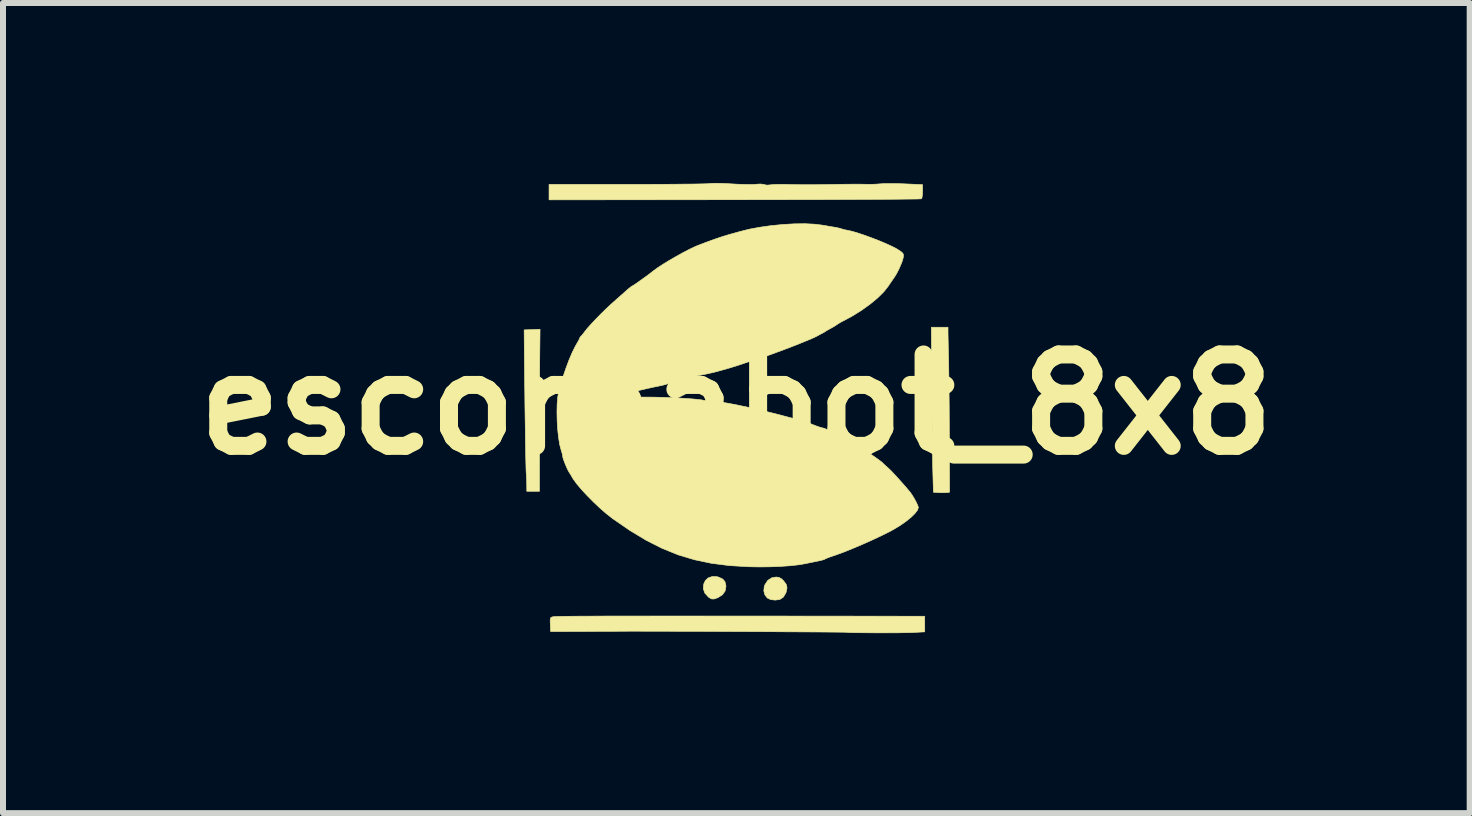
<source format=kicad_pcb>
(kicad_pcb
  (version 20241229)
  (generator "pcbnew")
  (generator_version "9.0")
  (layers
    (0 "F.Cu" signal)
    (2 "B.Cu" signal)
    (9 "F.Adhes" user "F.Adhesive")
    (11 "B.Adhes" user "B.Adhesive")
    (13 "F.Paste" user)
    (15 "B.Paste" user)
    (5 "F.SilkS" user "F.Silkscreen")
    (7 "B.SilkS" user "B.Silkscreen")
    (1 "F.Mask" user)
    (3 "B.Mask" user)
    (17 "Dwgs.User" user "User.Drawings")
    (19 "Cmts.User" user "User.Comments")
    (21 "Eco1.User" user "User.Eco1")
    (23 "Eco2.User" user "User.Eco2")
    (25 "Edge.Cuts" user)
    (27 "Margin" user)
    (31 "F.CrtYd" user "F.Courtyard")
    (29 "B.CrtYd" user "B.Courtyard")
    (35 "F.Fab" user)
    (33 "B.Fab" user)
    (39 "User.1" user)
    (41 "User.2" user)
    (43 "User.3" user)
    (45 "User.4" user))
  (footprint "escornabot_8x8"
    (layer "F.Cu")
    (at 9.224 3.693)
    (property "Reference" "escornabot_8x8" (at 0 0 0) (layer "F.SilkS") (effects (font (size 1.524 1.524) (thickness 0.3))))
    (attr through_hole)
    (fp_poly (pts (xy 0.712 2.882) (xy 0.754 2.906) (xy 0.787 2.938) (xy 0.831 2.997) (xy 0.845 3.055) (xy 0.831 3.124) (xy 0.822 3.147) (xy 0.782 3.212) (xy 0.725 3.249) (xy 0.648 3.26) (xy 0.571 3.251) (xy 0.515 3.224) (xy 0.476 3.173) (xy 0.458 3.107) (xy 0.465 3.035) (xy 0.476 3.004) (xy 0.524 2.931) (xy 0.591 2.888) (xy 0.663 2.875) (xy 0.712 2.882)) (stroke (width 0.01) (type solid)) (fill yes) (layer "F.SilkS"))
    (fp_poly (pts (xy -0.326 2.869) (xy -0.298 2.876) (xy -0.23 2.907) (xy -0.191 2.95) (xy -0.175 3.012) (xy -0.173 3.031) (xy -0.187 3.108) (xy -0.232 3.171) (xy -0.308 3.219) (xy -0.313 3.221) (xy -0.369 3.241) (xy -0.41 3.241) (xy -0.451 3.22) (xy -0.465 3.209) (xy -0.525 3.144) (xy -0.551 3.07) (xy -0.544 2.992) (xy -0.516 2.933) (xy -0.469 2.89) (xy -0.402 2.867) (xy -0.326 2.869)) (stroke (width 0.01) (type solid)) (fill yes) (layer "F.SilkS"))
    (fp_poly (pts (xy -3.276 -0.913) (xy -3.277 -0.83) (xy -3.278 -0.716) (xy -3.279 -0.577) (xy -3.279 -0.416) (xy -3.28 -0.238) (xy -3.281 -0.049) (xy -3.281 0.147) (xy -3.281 0.346) (xy -3.281 0.437) (xy -3.282 1.446) (xy -3.493 1.446) (xy -3.494 1.319) (xy -3.496 1.248) (xy -3.499 1.186) (xy -3.502 1.147) (xy -3.502 1.147) (xy -3.504 1.119) (xy -3.506 1.06) (xy -3.508 0.972) (xy -3.511 0.858) (xy -3.513 0.722) (xy -3.516 0.566) (xy -3.518 0.394) (xy -3.521 0.209) (xy -3.524 0.015) (xy -3.526 -0.186) (xy -3.529 -0.39) (xy -3.531 -0.595) (xy -3.533 -0.794) (xy -3.537 -1.244) (xy -3.404 -1.249) (xy -3.272 -1.254) (xy -3.276 -0.913)) (stroke (width 0.01) (type solid)) (fill yes) (layer "F.SilkS"))
    (fp_poly (pts (xy 3.528 -1.23) (xy 3.528 -1.197) (xy 3.529 -1.134) (xy 3.531 -1.047) (xy 3.533 -0.942) (xy 3.536 -0.824) (xy 3.538 -0.741) (xy 3.54 -0.632) (xy 3.542 -0.495) (xy 3.544 -0.333) (xy 3.546 -0.154) (xy 3.548 0.036) (xy 3.549 0.233) (xy 3.55 0.429) (xy 3.551 0.576) (xy 3.554 1.461) (xy 3.51 1.467) (xy 3.466 1.469) (xy 3.406 1.469) (xy 3.375 1.468) (xy 3.285 1.462) (xy 3.274 1.071) (xy 3.272 0.976) (xy 3.27 0.851) (xy 3.267 0.701) (xy 3.265 0.531) (xy 3.263 0.346) (xy 3.261 0.151) (xy 3.259 -0.049) (xy 3.257 -0.249) (xy 3.257 -0.304) (xy 3.25 -1.288) (xy 3.528 -1.288) (xy 3.528 -1.23)) (stroke (width 0.01) (type solid)) (fill yes) (layer "F.SilkS"))
    (fp_poly (pts (xy -0.251 -3.687) (xy -0.151 -3.682) (xy -0.079 -3.678) (xy 0.029 -3.672) (xy 0.134 -3.669) (xy 0.226 -3.668) (xy 0.297 -3.669) (xy 0.326 -3.671) (xy 0.396 -3.676) (xy 0.448 -3.671) (xy 0.465 -3.666) (xy 0.507 -3.657) (xy 0.562 -3.661) (xy 0.604 -3.666) (xy 0.672 -3.669) (xy 0.757 -3.67) (xy 0.85 -3.669) (xy 0.855 -3.668) (xy 0.94 -3.666) (xy 1.019 -3.665) (xy 1.098 -3.664) (xy 1.182 -3.664) (xy 1.277 -3.664) (xy 1.389 -3.665) (xy 1.524 -3.667) (xy 1.687 -3.67) (xy 1.737 -3.671) (xy 1.85 -3.672) (xy 1.958 -3.673) (xy 2.053 -3.673) (xy 2.127 -3.672) (xy 2.17 -3.671) (xy 2.24 -3.67) (xy 2.325 -3.673) (xy 2.392 -3.678) (xy 2.455 -3.682) (xy 2.542 -3.683) (xy 2.646 -3.683) (xy 2.756 -3.68) (xy 2.811 -3.678) (xy 3.104 -3.665) (xy 3.104 -3.553) (xy 3.101 -3.488) (xy 3.093 -3.443) (xy 3.084 -3.429) (xy 3.064 -3.428) (xy 3.011 -3.426) (xy 2.927 -3.425) (xy 2.812 -3.424) (xy 2.669 -3.422) (xy 2.5 -3.421) (xy 2.307 -3.42) (xy 2.091 -3.419) (xy 1.854 -3.418) (xy 1.598 -3.417) (xy 1.324 -3.416) (xy 1.035 -3.416) (xy 0.733 -3.415) (xy 0.419 -3.415) (xy 0.094 -3.414) (xy -0.029 -3.414) (xy -3.122 -3.412) (xy -3.122 -3.669) (xy -1.812 -3.669) (xy -1.599 -3.669) (xy -1.395 -3.67) (xy -1.203 -3.671) (xy -1.026 -3.672) (xy -0.866 -3.674) (xy -0.728 -3.675) (xy -0.613 -3.677) (xy -0.525 -3.679) (xy -0.467 -3.681) (xy -0.441 -3.684) (xy -0.403 -3.687) (xy -0.337 -3.688) (xy -0.251 -3.687)) (stroke (width 0.01) (type solid)) (fill yes) (layer "F.SilkS"))
    (fp_poly (pts (xy -0.713 3.525) (xy -0.375 3.526) (xy -0.008 3.526) (xy 0.389 3.526) (xy 0.819 3.526) (xy 1.281 3.527) (xy 1.777 3.527) (xy 1.812 3.527) (xy 3.14 3.529) (xy 3.14 3.789) (xy 2.941 3.8) (xy 2.884 3.802) (xy 2.803 3.803) (xy 2.704 3.805) (xy 2.592 3.805) (xy 2.472 3.806) (xy 2.349 3.806) (xy 2.229 3.805) (xy 2.117 3.804) (xy 2.017 3.803) (xy 1.936 3.802) (xy 1.877 3.8) (xy 1.848 3.798) (xy 1.845 3.797) (xy 1.827 3.796) (xy 1.776 3.795) (xy 1.696 3.794) (xy 1.589 3.793) (xy 1.458 3.792) (xy 1.306 3.791) (xy 1.134 3.79) (xy 0.947 3.789) (xy 0.747 3.788) (xy 0.537 3.786) (xy 0.32 3.785) (xy 0.097 3.784) (xy -0.127 3.783) (xy -0.351 3.782) (xy -0.57 3.781) (xy -0.784 3.781) (xy -0.988 3.78) (xy -1.18 3.779) (xy -1.357 3.779) (xy -1.517 3.779) (xy -1.656 3.778) (xy -1.772 3.778) (xy -1.863 3.779) (xy -1.914 3.779) (xy -2.029 3.78) (xy -2.169 3.781) (xy -2.323 3.781) (xy -2.479 3.782) (xy -2.627 3.783) (xy -2.663 3.783) (xy -3.096 3.784) (xy -3.101 3.666) (xy -3.103 3.603) (xy -3.1 3.567) (xy -3.09 3.549) (xy -3.069 3.541) (xy -3.057 3.538) (xy -3.044 3.536) (xy -3.022 3.535) (xy -2.989 3.533) (xy -2.943 3.532) (xy -2.884 3.531) (xy -2.81 3.53) (xy -2.721 3.529) (xy -2.615 3.528) (xy -2.491 3.528) (xy -2.348 3.527) (xy -2.184 3.526) (xy -1.999 3.526) (xy -1.792 3.526) (xy -1.56 3.526) (xy -1.304 3.525) (xy -1.022 3.525) (xy -0.713 3.525)) (stroke (width 0.01) (type solid)) (fill yes) (layer "F.SilkS"))
    (fp_poly (pts (xy 1.306 -3.006) (xy 1.429 -2.991) (xy 1.51 -2.977) (xy 1.584 -2.964) (xy 1.641 -2.955) (xy 1.658 -2.952) (xy 1.711 -2.941) (xy 1.754 -2.928) (xy 1.755 -2.928) (xy 1.797 -2.915) (xy 1.85 -2.905) (xy 1.852 -2.904) (xy 1.919 -2.89) (xy 2.01 -2.864) (xy 2.118 -2.828) (xy 2.235 -2.786) (xy 2.355 -2.74) (xy 2.469 -2.693) (xy 2.571 -2.647) (xy 2.652 -2.607) (xy 2.69 -2.585) (xy 2.743 -2.55) (xy 2.773 -2.524) (xy 2.785 -2.5) (xy 2.784 -2.47) (xy 2.783 -2.455) (xy 2.769 -2.4) (xy 2.741 -2.328) (xy 2.706 -2.249) (xy 2.667 -2.175) (xy 2.631 -2.117) (xy 2.631 -2.117) (xy 2.604 -2.079) (xy 2.566 -2.024) (xy 2.53 -1.97) (xy 2.457 -1.878) (xy 2.356 -1.778) (xy 2.234 -1.677) (xy 2.096 -1.577) (xy 1.949 -1.484) (xy 1.808 -1.407) (xy 1.749 -1.377) (xy 1.701 -1.349) (xy 1.676 -1.332) (xy 1.645 -1.311) (xy 1.597 -1.283) (xy 1.57 -1.268) (xy 1.523 -1.242) (xy 1.49 -1.223) (xy 1.482 -1.217) (xy 1.461 -1.203) (xy 1.429 -1.186) (xy 1.386 -1.164) (xy 1.358 -1.148) (xy 1.315 -1.126) (xy 1.245 -1.094) (xy 1.152 -1.056) (xy 1.042 -1.011) (xy 0.922 -0.964) (xy 0.796 -0.916) (xy 0.669 -0.869) (xy 0.549 -0.825) (xy 0.439 -0.787) (xy 0.346 -0.756) (xy 0.3 -0.742) (xy 0.233 -0.722) (xy 0.158 -0.697) (xy 0.132 -0.688) (xy 0.015 -0.649) (xy -0.115 -0.609) (xy -0.248 -0.571) (xy -0.375 -0.537) (xy -0.485 -0.512) (xy -0.538 -0.501) (xy -0.629 -0.483) (xy -0.725 -0.46) (xy -0.808 -0.436) (xy -0.82 -0.432) (xy -0.899 -0.408) (xy -0.981 -0.385) (xy -1.041 -0.37) (xy -1.104 -0.355) (xy -1.159 -0.341) (xy -1.182 -0.334) (xy -1.231 -0.321) (xy -1.287 -0.309) (xy -1.288 -0.309) (xy -1.326 -0.301) (xy -1.391 -0.288) (xy -1.475 -0.269) (xy -1.571 -0.247) (xy -1.627 -0.234) (xy -1.745 -0.206) (xy -1.831 -0.183) (xy -1.884 -0.165) (xy -1.904 -0.15) (xy -1.891 -0.14) (xy -1.844 -0.132) (xy -1.762 -0.128) (xy -1.647 -0.125) (xy -1.539 -0.124) (xy -1.379 -0.123) (xy -1.218 -0.119) (xy -1.061 -0.113) (xy -0.913 -0.106) (xy -0.781 -0.097) (xy -0.67 -0.088) (xy -0.584 -0.078) (xy -0.547 -0.071) (xy -0.476 -0.06) (xy -0.4 -0.054) (xy -0.383 -0.054) (xy -0.316 -0.049) (xy -0.22 -0.035) (xy -0.098 -0.014) (xy 0.043 0.014) (xy 0.2 0.047) (xy 0.369 0.085) (xy 0.545 0.128) (xy 0.722 0.172) (xy 0.785 0.189) (xy 0.876 0.213) (xy 0.961 0.235) (xy 1.03 0.253) (xy 1.074 0.264) (xy 1.078 0.265) (xy 1.125 0.28) (xy 1.192 0.303) (xy 1.265 0.331) (xy 1.275 0.335) (xy 1.34 0.36) (xy 1.393 0.378) (xy 1.426 0.388) (xy 1.431 0.388) (xy 1.459 0.395) (xy 1.508 0.414) (xy 1.568 0.44) (xy 1.627 0.468) (xy 1.645 0.478) (xy 1.674 0.493) (xy 1.709 0.511) (xy 1.756 0.535) (xy 1.825 0.57) (xy 1.848 0.582) (xy 1.904 0.612) (xy 1.977 0.657) (xy 2.062 0.71) (xy 2.152 0.769) (xy 2.241 0.829) (xy 2.322 0.884) (xy 2.388 0.932) (xy 2.433 0.967) (xy 2.442 0.977) (xy 2.48 1.013) (xy 2.528 1.056) (xy 2.541 1.068) (xy 2.576 1.101) (xy 2.627 1.155) (xy 2.689 1.222) (xy 2.755 1.296) (xy 2.819 1.369) (xy 2.875 1.435) (xy 2.897 1.461) (xy 2.93 1.508) (xy 2.966 1.567) (xy 2.998 1.627) (xy 3.023 1.68) (xy 3.034 1.715) (xy 3.034 1.718) (xy 3.019 1.762) (xy 2.976 1.817) (xy 2.911 1.881) (xy 2.826 1.949) (xy 2.727 2.018) (xy 2.619 2.083) (xy 2.566 2.112) (xy 2.428 2.181) (xy 2.276 2.253) (xy 2.117 2.324) (xy 1.96 2.391) (xy 1.813 2.451) (xy 1.684 2.499) (xy 1.614 2.523) (xy 1.553 2.544) (xy 1.506 2.562) (xy 1.482 2.573) (xy 1.482 2.574) (xy 1.461 2.584) (xy 1.416 2.597) (xy 1.376 2.606) (xy 1.307 2.62) (xy 1.223 2.637) (xy 1.147 2.653) (xy 1.035 2.672) (xy 0.896 2.687) (xy 0.737 2.698) (xy 0.564 2.705) (xy 0.386 2.707) (xy 0.212 2.704) (xy -0.112 2.685) (xy -0.413 2.647) (xy -0.698 2.587) (xy -0.971 2.505) (xy -1.238 2.397) (xy -1.503 2.263) (xy -1.772 2.101) (xy -2.051 1.909) (xy -2.074 1.892) (xy -2.172 1.815) (xy -2.276 1.724) (xy -2.382 1.624) (xy -2.484 1.521) (xy -2.577 1.421) (xy -2.656 1.328) (xy -2.715 1.248) (xy -2.738 1.211) (xy -2.762 1.168) (xy -2.781 1.139) (xy -2.782 1.138) (xy -2.801 1.106) (xy -2.826 1.054) (xy -2.852 0.993) (xy -2.875 0.934) (xy -2.89 0.889) (xy -2.893 0.872) (xy -2.898 0.835) (xy -2.913 0.783) (xy -2.918 0.768) (xy -2.943 0.674) (xy -2.963 0.554) (xy -2.978 0.417) (xy -2.987 0.271) (xy -2.99 0.127) (xy -2.987 -0.009) (xy -2.977 -0.125) (xy -2.966 -0.185) (xy -2.933 -0.315) (xy -2.891 -0.457) (xy -2.842 -0.601) (xy -2.79 -0.74) (xy -2.737 -0.865) (xy -2.686 -0.968) (xy -2.662 -1.01) (xy -2.634 -1.059) (xy -2.615 -1.096) (xy -2.611 -1.11) (xy -2.598 -1.131) (xy -2.597 -1.132) (xy -2.58 -1.148) (xy -2.55 -1.185) (xy -2.526 -1.217) (xy -2.483 -1.271) (xy -2.42 -1.341) (xy -2.343 -1.423) (xy -2.258 -1.51) (xy -2.172 -1.594) (xy -2.09 -1.671) (xy -2.043 -1.713) (xy -1.977 -1.772) (xy -1.906 -1.834) (xy -1.847 -1.887) (xy -1.847 -1.887) (xy -1.799 -1.929) (xy -1.759 -1.961) (xy -1.736 -1.976) (xy -1.711 -1.99) (xy -1.665 -2.021) (xy -1.604 -2.064) (xy -1.536 -2.113) (xy -1.467 -2.163) (xy -1.405 -2.211) (xy -1.371 -2.237) (xy -1.308 -2.283) (xy -1.22 -2.34) (xy -1.117 -2.403) (xy -1.004 -2.468) (xy -0.891 -2.531) (xy -0.785 -2.586) (xy -0.693 -2.63) (xy -0.644 -2.651) (xy -0.494 -2.708) (xy -0.353 -2.759) (xy -0.228 -2.801) (xy -0.132 -2.83) (xy -0.061 -2.85) (xy 0.019 -2.872) (xy 0.053 -2.882) (xy 0.212 -2.922) (xy 0.39 -2.955) (xy 0.58 -2.982) (xy 0.775 -3.001) (xy 0.966 -3.012) (xy 1.145 -3.014) (xy 1.306 -3.006)) (stroke (width 0.01) (type solid)) (fill yes) (layer "F.SilkS")))
  (gr_rect
    (start -3 -3)
    (end 21.448 10.504)
    (stroke (width 0.1) (type default))
    (fill no)
    (layer "Edge.Cuts")))
</source>
